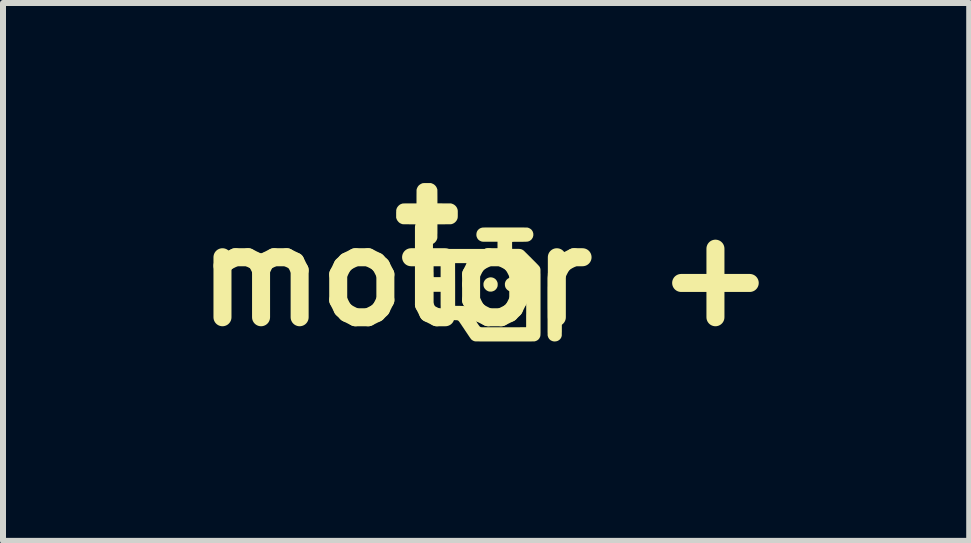
<source format=kicad_pcb>
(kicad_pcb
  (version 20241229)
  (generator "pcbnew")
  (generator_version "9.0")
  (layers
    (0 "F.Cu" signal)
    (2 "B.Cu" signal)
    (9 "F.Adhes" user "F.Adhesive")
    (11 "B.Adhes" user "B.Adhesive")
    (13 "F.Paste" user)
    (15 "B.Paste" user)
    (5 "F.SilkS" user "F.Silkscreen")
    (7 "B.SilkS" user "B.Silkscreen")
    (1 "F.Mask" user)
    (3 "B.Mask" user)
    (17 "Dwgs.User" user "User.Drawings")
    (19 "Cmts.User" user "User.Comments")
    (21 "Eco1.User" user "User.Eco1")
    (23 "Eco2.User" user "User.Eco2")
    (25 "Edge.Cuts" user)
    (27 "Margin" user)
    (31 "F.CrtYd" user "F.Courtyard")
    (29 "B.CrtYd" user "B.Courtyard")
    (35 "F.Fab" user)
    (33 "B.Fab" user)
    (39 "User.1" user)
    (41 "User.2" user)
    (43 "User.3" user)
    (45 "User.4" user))
  (footprint "motor +"
    (layer "F.Cu")
    (at 5.05 1.558)
    (property "Reference" "motor +" (at 0 0 0) (layer "F.SilkS") (effects (font (size 1.5 1.5) (thickness 0.3))))
    (attr board_only exclude_from_pos_files exclude_from_bom)
    (fp_poly (pts (xy 0.083 0.013) (xy 0.101 0.016) (xy 0.119 0.021) (xy 0.135 0.029) (xy 0.149 0.038) (xy 0.162 0.05) (xy 0.173 0.064) (xy 0.182 0.08) (xy 0.189 0.097) (xy 0.191 0.106) (xy 0.193 0.117) (xy 0.193 0.129) (xy 0.193 0.141) (xy 0.192 0.152) (xy 0.191 0.162) (xy 0.185 0.179) (xy 0.177 0.195) (xy 0.166 0.21) (xy 0.154 0.222) (xy 0.14 0.233) (xy 0.124 0.241) (xy 0.107 0.247) (xy 0.104 0.248) (xy 0.095 0.25) (xy 0.085 0.251) (xy 0.075 0.251) (xy 0.064 0.251) (xy 0.055 0.25) (xy 0.052 0.25) (xy 0.035 0.245) (xy 0.019 0.237) (xy 0.004 0.228) (xy -0.009 0.216) (xy -0.021 0.203) (xy -0.031 0.188) (xy -0.038 0.172) (xy -0.041 0.162) (xy -0.043 0.153) (xy -0.044 0.141) (xy -0.044 0.129) (xy -0.044 0.118) (xy -0.043 0.11) (xy -0.038 0.092) (xy -0.03 0.076) (xy -0.021 0.061) (xy -0.009 0.048) (xy 0.004 0.037) (xy 0.019 0.028) (xy 0.035 0.021) (xy 0.052 0.016) (xy 0.069 0.013)) (stroke (width 0) (type solid)) (fill yes) (layer "F.SilkS"))
    (fp_poly (pts (xy 0.45 0.015) (xy 0.466 0.018) (xy 0.483 0.025) (xy 0.498 0.033) (xy 0.513 0.045) (xy 0.522 0.055) (xy 0.531 0.067) (xy 0.539 0.081) (xy 0.545 0.096) (xy 0.547 0.103) (xy 0.549 0.114) (xy 0.55 0.127) (xy 0.55 0.14) (xy 0.549 0.152) (xy 0.547 0.162) (xy 0.541 0.18) (xy 0.533 0.196) (xy 0.522 0.21) (xy 0.51 0.223) (xy 0.495 0.233) (xy 0.48 0.242) (xy 0.462 0.248) (xy 0.46 0.248) (xy 0.45 0.25) (xy 0.439 0.251) (xy 0.426 0.251) (xy 0.415 0.25) (xy 0.405 0.249) (xy 0.388 0.244) (xy 0.372 0.236) (xy 0.357 0.225) (xy 0.35 0.219) (xy 0.337 0.205) (xy 0.327 0.191) (xy 0.32 0.175) (xy 0.315 0.158) (xy 0.313 0.14) (xy 0.313 0.133) (xy 0.313 0.12) (xy 0.314 0.11) (xy 0.317 0.1) (xy 0.32 0.09) (xy 0.323 0.082) (xy 0.332 0.066) (xy 0.343 0.052) (xy 0.356 0.04) (xy 0.369 0.031) (xy 0.384 0.023) (xy 0.4 0.017) (xy 0.416 0.014) (xy 0.433 0.013)) (stroke (width 0) (type solid)) (fill yes) (layer "F.SilkS"))
    (fp_poly (pts (xy -0.263 0.014) (xy -0.245 0.019) (xy -0.228 0.026) (xy -0.213 0.035) (xy -0.199 0.046) (xy -0.187 0.059) (xy -0.177 0.074) (xy -0.17 0.09) (xy -0.168 0.094) (xy -0.164 0.112) (xy -0.162 0.129) (xy -0.163 0.147) (xy -0.166 0.164) (xy -0.172 0.18) (xy -0.179 0.195) (xy -0.189 0.209) (xy -0.201 0.221) (xy -0.214 0.231) (xy -0.229 0.24) (xy -0.246 0.246) (xy -0.253 0.248) (xy -0.261 0.25) (xy -0.271 0.251) (xy -0.282 0.251) (xy -0.292 0.251) (xy -0.301 0.25) (xy -0.304 0.25) (xy -0.322 0.245) (xy -0.338 0.237) (xy -0.353 0.228) (xy -0.366 0.216) (xy -0.378 0.202) (xy -0.388 0.186) (xy -0.395 0.169) (xy -0.397 0.164) (xy -0.398 0.159) (xy -0.399 0.155) (xy -0.4 0.15) (xy -0.4 0.143) (xy -0.4 0.135) (xy -0.4 0.133) (xy -0.4 0.123) (xy -0.4 0.115) (xy -0.399 0.108) (xy -0.398 0.104) (xy -0.392 0.087) (xy -0.383 0.07) (xy -0.372 0.056) (xy -0.359 0.043) (xy -0.344 0.031) (xy -0.332 0.025) (xy -0.319 0.019) (xy -0.304 0.016) (xy -0.289 0.013) (xy -0.274 0.013)) (stroke (width 0) (type solid)) (fill yes) (layer "F.SilkS"))
    (fp_poly (pts (xy 1.16 -0.104) (xy 1.174 -0.102) (xy 1.186 -0.098) (xy 1.199 -0.092) (xy 1.209 -0.085) (xy 1.224 -0.074) (xy 1.237 -0.06) (xy 1.247 -0.046) (xy 1.255 -0.03) (xy 1.26 -0.013) (xy 1.261 -0.005) (xy 1.261 -0.003) (xy 1.261 0.001) (xy 1.262 0.006) (xy 1.262 0.013) (xy 1.262 0.023) (xy 1.262 0.034) (xy 1.262 0.047) (xy 1.262 0.062) (xy 1.262 0.079) (xy 1.262 0.099) (xy 1.262 0.12) (xy 1.262 0.144) (xy 1.262 0.17) (xy 1.262 0.199) (xy 1.262 0.23) (xy 1.262 0.264) (xy 1.262 0.3) (xy 1.262 0.339) (xy 1.262 0.38) (xy 1.262 0.425) (xy 1.262 0.472) (xy 1.262 0.496) (xy 1.262 0.54) (xy 1.262 0.582) (xy 1.262 0.621) (xy 1.262 0.658) (xy 1.262 0.692) (xy 1.262 0.724) (xy 1.262 0.753) (xy 1.262 0.78) (xy 1.262 0.805) (xy 1.262 0.828) (xy 1.262 0.849) (xy 1.262 0.868) (xy 1.262 0.885) (xy 1.262 0.9) (xy 1.262 0.914) (xy 1.262 0.927) (xy 1.261 0.938) (xy 1.261 0.947) (xy 1.261 0.956) (xy 1.261 0.963) (xy 1.261 0.969) (xy 1.261 0.974) (xy 1.261 0.979) (xy 1.261 0.983) (xy 1.26 0.985) (xy 1.26 0.988) (xy 1.26 0.99) (xy 1.26 0.991) (xy 1.26 0.992) (xy 1.259 0.993) (xy 1.259 0.993) (xy 1.253 1.012) (xy 1.245 1.027) (xy 1.235 1.041) (xy 1.223 1.053) (xy 1.209 1.063) (xy 1.195 1.071) (xy 1.188 1.074) (xy 1.18 1.076) (xy 1.174 1.078) (xy 1.172 1.078) (xy 1.163 1.08) (xy 1.152 1.081) (xy 1.141 1.082) (xy 1.131 1.081) (xy 1.126 1.081) (xy 1.108 1.077) (xy 1.091 1.07) (xy 1.075 1.062) (xy 1.062 1.051) (xy 1.05 1.038) (xy 1.04 1.023) (xy 1.032 1.006) (xy 1.027 0.988) (xy 1.026 0.987) (xy 1.026 0.986) (xy 1.026 0.984) (xy 1.026 0.982) (xy 1.025 0.98) (xy 1.025 0.977) (xy 1.025 0.973) (xy 1.025 0.968) (xy 1.025 0.963) (xy 1.025 0.957) (xy 1.025 0.949) (xy 1.025 0.941) (xy 1.024 0.931) (xy 1.024 0.92) (xy 1.024 0.907) (xy 1.024 0.893) (xy 1.024 0.877) (xy 1.024 0.86) (xy 1.024 0.84) (xy 1.024 0.819) (xy 1.024 0.796) (xy 1.024 0.77) (xy 1.024 0.743) (xy 1.024 0.713) (xy 1.024 0.681) (xy 1.024 0.646) (xy 1.024 0.609) (xy 1.024 0.569) (xy 1.023 0.526) (xy 1.023 0.516) (xy 1.023 0.471) (xy 1.023 0.429) (xy 1.023 0.388) (xy 1.023 0.349) (xy 1.023 0.311) (xy 1.023 0.276) (xy 1.023 0.243) (xy 1.023 0.211) (xy 1.023 0.182) (xy 1.024 0.155) (xy 1.024 0.13) (xy 1.024 0.108) (xy 1.024 0.088) (xy 1.024 0.07) (xy 1.024 0.055) (xy 1.024 0.043) (xy 1.024 0.033) (xy 1.024 0.027) (xy 1.024 0.023) (xy 1.025 0.01) (xy 1.026 -0.001) (xy 1.027 -0.01) (xy 1.029 -0.018) (xy 1.031 -0.025) (xy 1.033 -0.032) (xy 1.037 -0.039) (xy 1.038 -0.041) (xy 1.047 -0.056) (xy 1.058 -0.07) (xy 1.071 -0.081) (xy 1.086 -0.09) (xy 1.089 -0.092) (xy 1.102 -0.097) (xy 1.114 -0.101) (xy 1.126 -0.103) (xy 1.14 -0.104) (xy 1.145 -0.105)) (stroke (width 0) (type solid)) (fill yes) (layer "F.SilkS"))
    (fp_poly (pts (xy -0.984 -1.558) (xy -0.921 -1.558) (xy -0.909 -1.554) (xy -0.89 -1.546) (xy -0.872 -1.537) (xy -0.857 -1.525) (xy -0.843 -1.511) (xy -0.831 -1.495) (xy -0.822 -1.477) (xy -0.816 -1.461) (xy -0.812 -1.448) (xy -0.811 -1.334) (xy -0.811 -1.22) (xy -0.699 -1.219) (xy -0.587 -1.219) (xy -0.573 -1.215) (xy -0.554 -1.208) (xy -0.536 -1.199) (xy -0.521 -1.188) (xy -0.507 -1.175) (xy -0.495 -1.16) (xy -0.485 -1.143) (xy -0.478 -1.125) (xy -0.474 -1.111) (xy -0.473 -1.106) (xy -0.473 -1.099) (xy -0.472 -1.09) (xy -0.472 -1.079) (xy -0.472 -1.067) (xy -0.472 -1.054) (xy -0.472 -1.041) (xy -0.472 -1.028) (xy -0.472 -1.016) (xy -0.472 -1.004) (xy -0.473 -0.994) (xy -0.473 -0.986) (xy -0.474 -0.98) (xy -0.474 -0.977) (xy -0.479 -0.959) (xy -0.487 -0.942) (xy -0.497 -0.926) (xy -0.509 -0.912) (xy -0.523 -0.899) (xy -0.539 -0.888) (xy -0.556 -0.88) (xy -0.572 -0.874) (xy -0.574 -0.874) (xy -0.576 -0.873) (xy -0.579 -0.873) (xy -0.581 -0.872) (xy -0.584 -0.872) (xy -0.588 -0.872) (xy -0.593 -0.871) (xy -0.599 -0.871) (xy -0.607 -0.871) (xy -0.616 -0.871) (xy -0.627 -0.871) (xy -0.639 -0.871) (xy -0.654 -0.871) (xy -0.672 -0.871) (xy -0.692 -0.87) (xy -0.697 -0.87) (xy -0.811 -0.87) (xy -0.811 -0.756) (xy -0.811 -0.736) (xy -0.811 -0.718) (xy -0.812 -0.702) (xy -0.812 -0.689) (xy -0.812 -0.677) (xy -0.812 -0.668) (xy -0.812 -0.66) (xy -0.812 -0.654) (xy -0.812 -0.648) (xy -0.813 -0.644) (xy -0.813 -0.641) (xy -0.813 -0.638) (xy -0.814 -0.636) (xy -0.814 -0.634) (xy -0.815 -0.632) (xy -0.815 -0.632) (xy -0.821 -0.614) (xy -0.83 -0.597) (xy -0.841 -0.581) (xy -0.853 -0.568) (xy -0.867 -0.556) (xy -0.867 -0.556) (xy -0.877 -0.55) (xy -0.888 -0.544) (xy -0.9 -0.539) (xy -0.911 -0.535) (xy -0.916 -0.534) (xy -0.919 -0.533) (xy -0.923 -0.533) (xy -0.927 -0.532) (xy -0.931 -0.532) (xy -0.937 -0.532) (xy -0.944 -0.531) (xy -0.952 -0.531) (xy -0.963 -0.531) (xy -0.976 -0.531) (xy -0.986 -0.531) (xy -1.001 -0.531) (xy -1.014 -0.531) (xy -1.025 -0.531) (xy -1.033 -0.532) (xy -1.04 -0.532) (xy -1.045 -0.532) (xy -1.049 -0.533) (xy -1.053 -0.533) (xy -1.07 -0.539) (xy -1.087 -0.546) (xy -1.103 -0.556) (xy -1.117 -0.567) (xy -1.129 -0.58) (xy -1.131 -0.582) (xy -1.138 -0.592) (xy -1.144 -0.603) (xy -1.15 -0.615) (xy -1.154 -0.627) (xy -1.156 -0.633) (xy -1.157 -0.636) (xy -1.157 -0.638) (xy -1.158 -0.64) (xy -1.158 -0.643) (xy -1.158 -0.647) (xy -1.159 -0.651) (xy -1.159 -0.656) (xy -1.159 -0.662) (xy -1.159 -0.67) (xy -1.159 -0.679) (xy -1.159 -0.69) (xy -1.16 -0.704) (xy -1.16 -0.719) (xy -1.16 -0.737) (xy -1.16 -0.758) (xy -1.16 -0.758) (xy -1.16 -0.87) (xy -1.275 -0.87) (xy -1.295 -0.871) (xy -1.314 -0.871) (xy -1.329 -0.871) (xy -1.343 -0.871) (xy -1.354 -0.871) (xy -1.364 -0.871) (xy -1.371 -0.871) (xy -1.378 -0.871) (xy -1.383 -0.872) (xy -1.387 -0.872) (xy -1.39 -0.872) (xy -1.393 -0.873) (xy -1.395 -0.873) (xy -1.397 -0.873) (xy -1.399 -0.874) (xy -1.4 -0.874) (xy -1.419 -0.882) (xy -1.437 -0.891) (xy -1.453 -0.903) (xy -1.466 -0.917) (xy -1.478 -0.932) (xy -1.488 -0.95) (xy -1.495 -0.968) (xy -1.499 -0.981) (xy -1.499 -1.043) (xy -1.499 -1.058) (xy -1.499 -1.071) (xy -1.498 -1.081) (xy -1.498 -1.09) (xy -1.498 -1.096) (xy -1.498 -1.102) (xy -1.498 -1.106) (xy -1.497 -1.109) (xy -1.497 -1.112) (xy -1.496 -1.115) (xy -1.495 -1.118) (xy -1.495 -1.118) (xy -1.489 -1.137) (xy -1.48 -1.154) (xy -1.468 -1.17) (xy -1.455 -1.184) (xy -1.44 -1.196) (xy -1.423 -1.206) (xy -1.404 -1.213) (xy -1.398 -1.215) (xy -1.395 -1.216) (xy -1.393 -1.216) (xy -1.391 -1.217) (xy -1.388 -1.217) (xy -1.385 -1.218) (xy -1.381 -1.218) (xy -1.376 -1.218) (xy -1.37 -1.218) (xy -1.363 -1.218) (xy -1.353 -1.219) (xy -1.342 -1.219) (xy -1.329 -1.219) (xy -1.314 -1.219) (xy -1.297 -1.219) (xy -1.276 -1.219) (xy -1.273 -1.219) (xy -1.16 -1.219) (xy -1.16 -1.332) (xy -1.159 -1.444) (xy -1.156 -1.458) (xy -1.149 -1.476) (xy -1.14 -1.494) (xy -1.129 -1.51) (xy -1.115 -1.524) (xy -1.1 -1.535) (xy -1.083 -1.545) (xy -1.065 -1.553) (xy -1.059 -1.555) (xy -1.056 -1.555) (xy -1.053 -1.556) (xy -1.05 -1.556) (xy -1.046 -1.557) (xy -1.042 -1.557) (xy -1.037 -1.557) (xy -1.03 -1.558) (xy -1.022 -1.558) (xy -1.011 -1.558) (xy -0.998 -1.558)) (stroke (width 0) (type solid)) (fill yes) (layer "F.SilkS"))
    (fp_poly (pts (xy 0.2 -0.818) (xy 0.237 -0.818) (xy 0.277 -0.818) (xy 0.32 -0.818) (xy 0.323 -0.818) (xy 0.685 -0.817) (xy 0.697 -0.814) (xy 0.712 -0.809) (xy 0.726 -0.802) (xy 0.739 -0.794) (xy 0.742 -0.792) (xy 0.755 -0.781) (xy 0.766 -0.767) (xy 0.775 -0.753) (xy 0.781 -0.737) (xy 0.786 -0.72) (xy 0.787 -0.703) (xy 0.787 -0.685) (xy 0.783 -0.668) (xy 0.778 -0.651) (xy 0.774 -0.644) (xy 0.764 -0.628) (xy 0.753 -0.614) (xy 0.739 -0.603) (xy 0.724 -0.593) (xy 0.706 -0.586) (xy 0.698 -0.584) (xy 0.694 -0.583) (xy 0.688 -0.582) (xy 0.681 -0.581) (xy 0.672 -0.581) (xy 0.661 -0.58) (xy 0.648 -0.58) (xy 0.633 -0.58) (xy 0.616 -0.579) (xy 0.596 -0.579) (xy 0.574 -0.579) (xy 0.549 -0.579) (xy 0.532 -0.579) (xy 0.513 -0.579) (xy 0.497 -0.579) (xy 0.483 -0.579) (xy 0.472 -0.579) (xy 0.462 -0.579) (xy 0.455 -0.578) (xy 0.449 -0.578) (xy 0.444 -0.578) (xy 0.441 -0.578) (xy 0.439 -0.577) (xy 0.437 -0.577) (xy 0.436 -0.577) (xy 0.435 -0.576) (xy 0.435 -0.576) (xy 0.435 -0.575) (xy 0.434 -0.574) (xy 0.434 -0.572) (xy 0.433 -0.568) (xy 0.433 -0.564) (xy 0.433 -0.558) (xy 0.433 -0.55) (xy 0.433 -0.54) (xy 0.433 -0.527) (xy 0.433 -0.517) (xy 0.434 -0.461) (xy 0.499 -0.461) (xy 0.514 -0.461) (xy 0.527 -0.461) (xy 0.538 -0.461) (xy 0.546 -0.461) (xy 0.553 -0.46) (xy 0.559 -0.46) (xy 0.563 -0.46) (xy 0.567 -0.459) (xy 0.57 -0.459) (xy 0.573 -0.458) (xy 0.576 -0.458) (xy 0.592 -0.453) (xy 0.608 -0.445) (xy 0.622 -0.436) (xy 0.623 -0.435) (xy 0.625 -0.433) (xy 0.63 -0.43) (xy 0.635 -0.424) (xy 0.643 -0.417) (xy 0.652 -0.408) (xy 0.662 -0.397) (xy 0.674 -0.386) (xy 0.687 -0.373) (xy 0.7 -0.36) (xy 0.715 -0.345) (xy 0.73 -0.33) (xy 0.746 -0.315) (xy 0.758 -0.302) (xy 0.777 -0.283) (xy 0.794 -0.266) (xy 0.809 -0.251) (xy 0.823 -0.237) (xy 0.835 -0.225) (xy 0.845 -0.214) (xy 0.854 -0.205) (xy 0.862 -0.197) (xy 0.869 -0.189) (xy 0.875 -0.183) (xy 0.879 -0.178) (xy 0.883 -0.173) (xy 0.886 -0.169) (xy 0.889 -0.166) (xy 0.891 -0.163) (xy 0.893 -0.16) (xy 0.894 -0.157) (xy 0.896 -0.154) (xy 0.897 -0.151) (xy 0.898 -0.148) (xy 0.9 -0.142) (xy 0.903 -0.135) (xy 0.904 -0.128) (xy 0.904 -0.127) (xy 0.905 -0.126) (xy 0.905 -0.125) (xy 0.905 -0.123) (xy 0.905 -0.121) (xy 0.905 -0.118) (xy 0.906 -0.114) (xy 0.906 -0.11) (xy 0.906 -0.105) (xy 0.906 -0.099) (xy 0.906 -0.093) (xy 0.906 -0.085) (xy 0.906 -0.076) (xy 0.906 -0.066) (xy 0.906 -0.054) (xy 0.907 -0.041) (xy 0.907 -0.026) (xy 0.907 -0.01) (xy 0.907 0.008) (xy 0.907 0.027) (xy 0.907 0.049) (xy 0.907 0.072) (xy 0.907 0.097) (xy 0.907 0.125) (xy 0.907 0.155) (xy 0.907 0.187) (xy 0.907 0.222) (xy 0.907 0.259) (xy 0.907 0.298) (xy 0.907 0.34) (xy 0.907 0.385) (xy 0.907 0.405) (xy 0.907 0.452) (xy 0.907 0.498) (xy 0.907 0.541) (xy 0.907 0.583) (xy 0.907 0.623) (xy 0.907 0.661) (xy 0.907 0.697) (xy 0.907 0.731) (xy 0.907 0.763) (xy 0.907 0.793) (xy 0.907 0.82) (xy 0.907 0.846) (xy 0.907 0.868) (xy 0.907 0.889) (xy 0.907 0.907) (xy 0.907 0.922) (xy 0.907 0.935) (xy 0.907 0.945) (xy 0.906 0.952) (xy 0.906 0.957) (xy 0.906 0.957) (xy 0.906 0.97) (xy 0.905 0.981) (xy 0.903 0.99) (xy 0.902 0.998) (xy 0.899 1.005) (xy 0.896 1.012) (xy 0.892 1.02) (xy 0.892 1.021) (xy 0.883 1.035) (xy 0.872 1.048) (xy 0.859 1.059) (xy 0.844 1.068) (xy 0.827 1.075) (xy 0.81 1.08) (xy 0.802 1.081) (xy 0.8 1.081) (xy 0.795 1.081) (xy 0.787 1.081) (xy 0.777 1.081) (xy 0.765 1.081) (xy 0.75 1.082) (xy 0.732 1.082) (xy 0.712 1.082) (xy 0.69 1.082) (xy 0.664 1.082) (xy 0.636 1.082) (xy 0.605 1.082) (xy 0.572 1.082) (xy 0.536 1.082) (xy 0.497 1.082) (xy 0.455 1.082) (xy 0.41 1.082) (xy 0.363 1.082) (xy 0.313 1.082) (xy 0.308 1.082) (xy 0.263 1.082) (xy 0.22 1.082) (xy 0.181 1.082) (xy 0.144 1.082) (xy 0.109 1.082) (xy 0.077 1.082) (xy 0.047 1.082) (xy 0.02 1.082) (xy -0.006 1.082) (xy -0.029 1.082) (xy -0.05 1.082) (xy -0.069 1.082) (xy -0.087 1.082) (xy -0.102 1.082) (xy -0.116 1.081) (xy -0.129 1.081) (xy -0.14 1.081) (xy -0.149 1.081) (xy -0.157 1.081) (xy -0.164 1.081) (xy -0.17 1.081) (xy -0.175 1.081) (xy -0.179 1.081) (xy -0.181 1.08) (xy -0.184 1.08) (xy -0.185 1.08) (xy -0.203 1.075) (xy -0.219 1.068) (xy -0.234 1.058) (xy -0.247 1.048) (xy -0.249 1.045) (xy -0.251 1.043) (xy -0.254 1.039) (xy -0.257 1.034) (xy -0.262 1.029) (xy -0.266 1.022) (xy -0.272 1.014) (xy -0.279 1.004) (xy -0.286 0.993) (xy -0.295 0.98) (xy -0.305 0.965) (xy -0.317 0.947) (xy -0.328 0.931) (xy -0.345 0.906) (xy -0.36 0.883) (xy -0.373 0.863) (xy -0.386 0.844) (xy -0.397 0.828) (xy -0.407 0.813) (xy -0.415 0.8) (xy -0.423 0.789) (xy -0.43 0.779) (xy -0.436 0.77) (xy -0.441 0.763) (xy -0.445 0.757) (xy -0.449 0.752) (xy -0.452 0.748) (xy -0.455 0.744) (xy -0.457 0.742) (xy -0.459 0.74) (xy -0.461 0.738) (xy -0.462 0.737) (xy -0.464 0.736) (xy -0.465 0.735) (xy -0.465 0.735) (xy -0.468 0.733) (xy -0.47 0.732) (xy -0.473 0.731) (xy -0.476 0.73) (xy -0.479 0.729) (xy -0.483 0.728) (xy -0.488 0.728) (xy -0.495 0.727) (xy -0.503 0.727) (xy -0.512 0.727) (xy -0.524 0.726) (xy -0.538 0.726) (xy -0.554 0.726) (xy -0.571 0.726) (xy -0.589 0.726) (xy -0.605 0.725) (xy -0.619 0.725) (xy -0.631 0.725) (xy -0.64 0.725) (xy -0.648 0.724) (xy -0.655 0.724) (xy -0.661 0.723) (xy -0.665 0.723) (xy -0.67 0.722) (xy -0.673 0.721) (xy -0.677 0.719) (xy -0.681 0.718) (xy -0.685 0.716) (xy -0.685 0.716) (xy -0.702 0.708) (xy -0.716 0.698) (xy -0.728 0.686) (xy -0.738 0.673) (xy -0.746 0.657) (xy -0.752 0.639) (xy -0.755 0.619) (xy -0.756 0.613) (xy -0.756 0.61) (xy -0.757 0.603) (xy -0.757 0.594) (xy -0.757 0.582) (xy -0.757 0.568) (xy -0.757 0.552) (xy -0.757 0.534) (xy -0.757 0.513) (xy -0.757 0.491) (xy -0.758 0.468) (xy -0.758 0.442) (xy -0.758 0.426) (xy -0.758 0.254) (xy -0.817 0.254) (xy -0.875 0.254) (xy -0.875 0.376) (xy -0.875 0.398) (xy -0.875 0.417) (xy -0.875 0.433) (xy -0.875 0.448) (xy -0.875 0.46) (xy -0.875 0.47) (xy -0.876 0.478) (xy -0.876 0.486) (xy -0.876 0.491) (xy -0.876 0.496) (xy -0.876 0.5) (xy -0.877 0.503) (xy -0.877 0.506) (xy -0.878 0.509) (xy -0.878 0.511) (xy -0.878 0.512) (xy -0.884 0.531) (xy -0.891 0.548) (xy -0.901 0.563) (xy -0.913 0.576) (xy -0.926 0.587) (xy -0.941 0.595) (xy -0.957 0.602) (xy -0.975 0.606) (xy -0.993 0.607) (xy -1.001 0.607) (xy -1.02 0.605) (xy -1.037 0.6) (xy -1.053 0.592) (xy -1.068 0.583) (xy -1.081 0.571) (xy -1.091 0.558) (xy -1.095 0.55) (xy -1.1 0.541) (xy -1.105 0.531) (xy -1.108 0.521) (xy -1.109 0.517) (xy -1.109 0.516) (xy -1.11 0.515) (xy -1.11 0.513) (xy -1.11 0.512) (xy -1.11 0.509) (xy -1.111 0.506) (xy -1.111 0.503) (xy -1.111 0.498) (xy -1.111 0.493) (xy -1.111 0.487) (xy -1.111 0.48) (xy -1.111 0.471) (xy -1.111 0.461) (xy -1.112 0.45) (xy -1.112 0.437) (xy -1.112 0.423) (xy -1.112 0.406) (xy -1.112 0.388) (xy -1.112 0.369) (xy -1.112 0.347) (xy -1.112 0.322) (xy -1.112 0.296) (xy -1.112 0.267) (xy -1.112 0.236) (xy -1.112 0.202) (xy -1.112 0.165) (xy -1.112 0.132) (xy -1.112 -0.243) (xy -1.108 -0.256) (xy -1.101 -0.274) (xy -1.092 -0.291) (xy -1.081 -0.305) (xy -1.068 -0.317) (xy -1.053 -0.327) (xy -1.037 -0.335) (xy -1.02 -0.341) (xy -1.014 -0.342) (xy -1.004 -0.343) (xy -0.993 -0.343) (xy -0.981 -0.343) (xy -0.97 -0.341) (xy -0.963 -0.34) (xy -0.947 -0.334) (xy -0.931 -0.325) (xy -0.917 -0.315) (xy -0.905 -0.302) (xy -0.894 -0.287) (xy -0.886 -0.271) (xy -0.883 -0.263) (xy -0.882 -0.259) (xy -0.88 -0.256) (xy -0.88 -0.252) (xy -0.879 -0.249) (xy -0.878 -0.245) (xy -0.877 -0.241) (xy -0.877 -0.236) (xy -0.876 -0.23) (xy -0.876 -0.222) (xy -0.876 -0.214) (xy -0.876 -0.203) (xy -0.875 -0.191) (xy -0.875 -0.177) (xy -0.875 -0.161) (xy -0.875 -0.142) (xy -0.875 -0.121) (xy -0.875 -0.116) (xy -0.875 -0.097) (xy -0.875 -0.08) (xy -0.874 -0.063) (xy -0.874 -0.048) (xy -0.874 -0.034) (xy -0.874 -0.022) (xy -0.874 -0.011) (xy -0.873 -0.003) (xy -0.873 0.003) (xy -0.873 0.006) (xy -0.873 0.007) (xy -0.872 0.01) (xy -0.815 0.01) (xy -0.758 0.01) (xy -0.758 -0.163) (xy -0.758 -0.19) (xy -0.758 -0.214) (xy -0.757 -0.222) (xy -0.517 -0.222) (xy -0.516 0.133) (xy -0.516 0.488) (xy -0.448 0.489) (xy -0.432 0.489) (xy -0.419 0.49) (xy -0.408 0.49) (xy -0.399 0.49) (xy -0.392 0.49) (xy -0.386 0.491) (xy -0.382 0.491) (xy -0.378 0.491) (xy -0.375 0.492) (xy -0.373 0.492) (xy -0.37 0.493) (xy -0.369 0.493) (xy -0.352 0.5) (xy -0.336 0.509) (xy -0.322 0.519) (xy -0.312 0.528) (xy -0.311 0.53) (xy -0.308 0.535) (xy -0.303 0.541) (xy -0.298 0.549) (xy -0.291 0.559) (xy -0.283 0.571) (xy -0.274 0.584) (xy -0.265 0.598) (xy -0.255 0.613) (xy -0.244 0.629) (xy -0.233 0.645) (xy -0.221 0.662) (xy -0.21 0.68) (xy -0.198 0.697) (xy -0.186 0.715) (xy -0.175 0.732) (xy -0.164 0.749) (xy -0.153 0.765) (xy -0.143 0.781) (xy -0.133 0.796) (xy -0.127 0.804) (xy -0.12 0.815) (xy -0.113 0.824) (xy -0.108 0.83) (xy -0.102 0.836) (xy -0.097 0.839) (xy -0.091 0.842) (xy -0.085 0.844) (xy -0.084 0.844) (xy -0.083 0.844) (xy -0.078 0.844) (xy -0.071 0.845) (xy -0.061 0.845) (xy -0.049 0.845) (xy -0.035 0.845) (xy -0.019 0.845) (xy -0.002 0.845) (xy 0.018 0.845) (xy 0.039 0.845) (xy 0.062 0.845) (xy 0.085 0.845) (xy 0.11 0.845) (xy 0.136 0.845) (xy 0.163 0.845) (xy 0.19 0.845) (xy 0.218 0.845) (xy 0.246 0.845) (xy 0.274 0.845) (xy 0.303 0.845) (xy 0.331 0.845) (xy 0.36 0.845) (xy 0.388 0.845) (xy 0.415 0.845) (xy 0.442 0.845) (xy 0.468 0.845) (xy 0.493 0.845) (xy 0.517 0.845) (xy 0.539 0.845) (xy 0.561 0.845) (xy 0.58 0.844) (xy 0.599 0.844) (xy 0.615 0.844) (xy 0.629 0.844) (xy 0.641 0.844) (xy 0.651 0.844) (xy 0.659 0.844) (xy 0.664 0.844) (xy 0.666 0.844) (xy 0.666 0.844) (xy 0.666 0.842) (xy 0.666 0.838) (xy 0.667 0.831) (xy 0.667 0.822) (xy 0.667 0.81) (xy 0.667 0.796) (xy 0.667 0.78) (xy 0.667 0.762) (xy 0.667 0.742) (xy 0.667 0.721) (xy 0.667 0.698) (xy 0.667 0.673) (xy 0.667 0.648) (xy 0.668 0.621) (xy 0.668 0.593) (xy 0.668 0.564) (xy 0.668 0.535) (xy 0.668 0.505) (xy 0.668 0.475) (xy 0.668 0.444) (xy 0.668 0.413) (xy 0.668 0.382) (xy 0.668 0.351) (xy 0.668 0.32) (xy 0.668 0.29) (xy 0.668 0.26) (xy 0.668 0.231) (xy 0.668 0.202) (xy 0.668 0.175) (xy 0.668 0.148) (xy 0.668 0.123) (xy 0.668 0.099) (xy 0.668 0.076) (xy 0.668 0.055) (xy 0.667 0.035) (xy 0.667 0.018) (xy 0.667 0.002) (xy 0.667 -0.011) (xy 0.667 -0.023) (xy 0.667 -0.031) (xy 0.667 -0.038) (xy 0.667 -0.041) (xy 0.667 -0.042) (xy 0.664 -0.051) (xy 0.66 -0.059) (xy 0.655 -0.067) (xy 0.654 -0.068) (xy 0.652 -0.071) (xy 0.648 -0.075) (xy 0.642 -0.081) (xy 0.635 -0.088) (xy 0.627 -0.096) (xy 0.618 -0.105) (xy 0.608 -0.115) (xy 0.598 -0.126) (xy 0.588 -0.136) (xy 0.577 -0.147) (xy 0.566 -0.158) (xy 0.556 -0.168) (xy 0.546 -0.178) (xy 0.537 -0.187) (xy 0.528 -0.195) (xy 0.521 -0.202) (xy 0.515 -0.208) (xy 0.511 -0.212) (xy 0.508 -0.214) (xy 0.508 -0.214) (xy 0.503 -0.217) (xy 0.498 -0.219) (xy 0.494 -0.221) (xy 0.485 -0.224) (xy -0.009 -0.224) (xy -0.047 -0.224) (xy -0.084 -0.224) (xy -0.12 -0.224) (xy -0.155 -0.224) (xy -0.189 -0.224) (xy -0.222 -0.224) (xy -0.254 -0.224) (xy -0.285 -0.224) (xy -0.314 -0.223) (xy -0.341 -0.223) (xy -0.367 -0.223) (xy -0.391 -0.223) (xy -0.413 -0.223) (xy -0.433 -0.223) (xy -0.451 -0.223) (xy -0.467 -0.223) (xy -0.481 -0.223) (xy -0.492 -0.223) (xy -0.5 -0.223) (xy -0.506 -0.223) (xy -0.509 -0.223) (xy -0.51 -0.223) (xy -0.517 -0.222) (xy -0.757 -0.222) (xy -0.757 -0.237) (xy -0.757 -0.259) (xy -0.757 -0.278) (xy -0.757 -0.296) (xy -0.757 -0.311) (xy -0.757 -0.324) (xy -0.757 -0.335) (xy -0.756 -0.343) (xy -0.756 -0.348) (xy -0.756 -0.351) (xy -0.753 -0.369) (xy -0.749 -0.385) (xy -0.742 -0.4) (xy -0.734 -0.413) (xy -0.723 -0.425) (xy -0.723 -0.426) (xy -0.709 -0.437) (xy -0.695 -0.447) (xy -0.678 -0.454) (xy -0.66 -0.458) (xy -0.659 -0.458) (xy -0.658 -0.458) (xy -0.656 -0.459) (xy -0.652 -0.459) (xy -0.648 -0.459) (xy -0.643 -0.459) (xy -0.636 -0.459) (xy -0.628 -0.459) (xy -0.619 -0.46) (xy -0.608 -0.46) (xy -0.596 -0.46) (xy -0.582 -0.46) (xy -0.566 -0.46) (xy -0.549 -0.46) (xy -0.53 -0.46) (xy -0.508 -0.46) (xy -0.485 -0.46) (xy -0.459 -0.46) (xy -0.431 -0.46) (xy -0.401 -0.46) (xy -0.368 -0.46) (xy -0.332 -0.46) (xy -0.294 -0.46) (xy -0.253 -0.46) (xy -0.229 -0.46) (xy 0.19 -0.46) (xy 0.19 -0.52) (xy 0.19 -0.58) (xy 0.067 -0.58) (xy 0.045 -0.58) (xy 0.025 -0.58) (xy 0.008 -0.58) (xy -0.007 -0.58) (xy -0.02 -0.58) (xy -0.032 -0.58) (xy -0.041 -0.58) (xy -0.049 -0.58) (xy -0.056 -0.581) (xy -0.062 -0.581) (xy -0.066 -0.582) (xy -0.071 -0.583) (xy -0.074 -0.584) (xy -0.078 -0.585) (xy -0.082 -0.586) (xy -0.085 -0.587) (xy -0.089 -0.589) (xy -0.089 -0.589) (xy -0.105 -0.597) (xy -0.12 -0.606) (xy -0.132 -0.618) (xy -0.143 -0.632) (xy -0.151 -0.648) (xy -0.158 -0.664) (xy -0.161 -0.682) (xy -0.162 -0.684) (xy -0.162 -0.704) (xy -0.16 -0.722) (xy -0.156 -0.739) (xy -0.149 -0.756) (xy -0.139 -0.771) (xy -0.126 -0.785) (xy -0.125 -0.786) (xy -0.111 -0.797) (xy -0.095 -0.806) (xy -0.078 -0.812) (xy -0.059 -0.816) (xy -0.054 -0.817) (xy -0.051 -0.817) (xy -0.046 -0.817) (xy -0.038 -0.817) (xy -0.029 -0.817) (xy -0.017 -0.818) (xy -0.003 -0.818) (xy 0.014 -0.818) (xy 0.033 -0.818) (xy 0.054 -0.818) (xy 0.078 -0.818) (xy 0.105 -0.818) (xy 0.134 -0.818) (xy 0.165 -0.818)) (stroke (width 0) (type solid)) (fill yes) (layer "F.SilkS")))
  (gr_rect
    (start -3 -3)
    (end 13.1 5.962)
    (stroke (width 0.1) (type default))
    (fill no)
    (layer "Edge.Cuts")))
</source>
